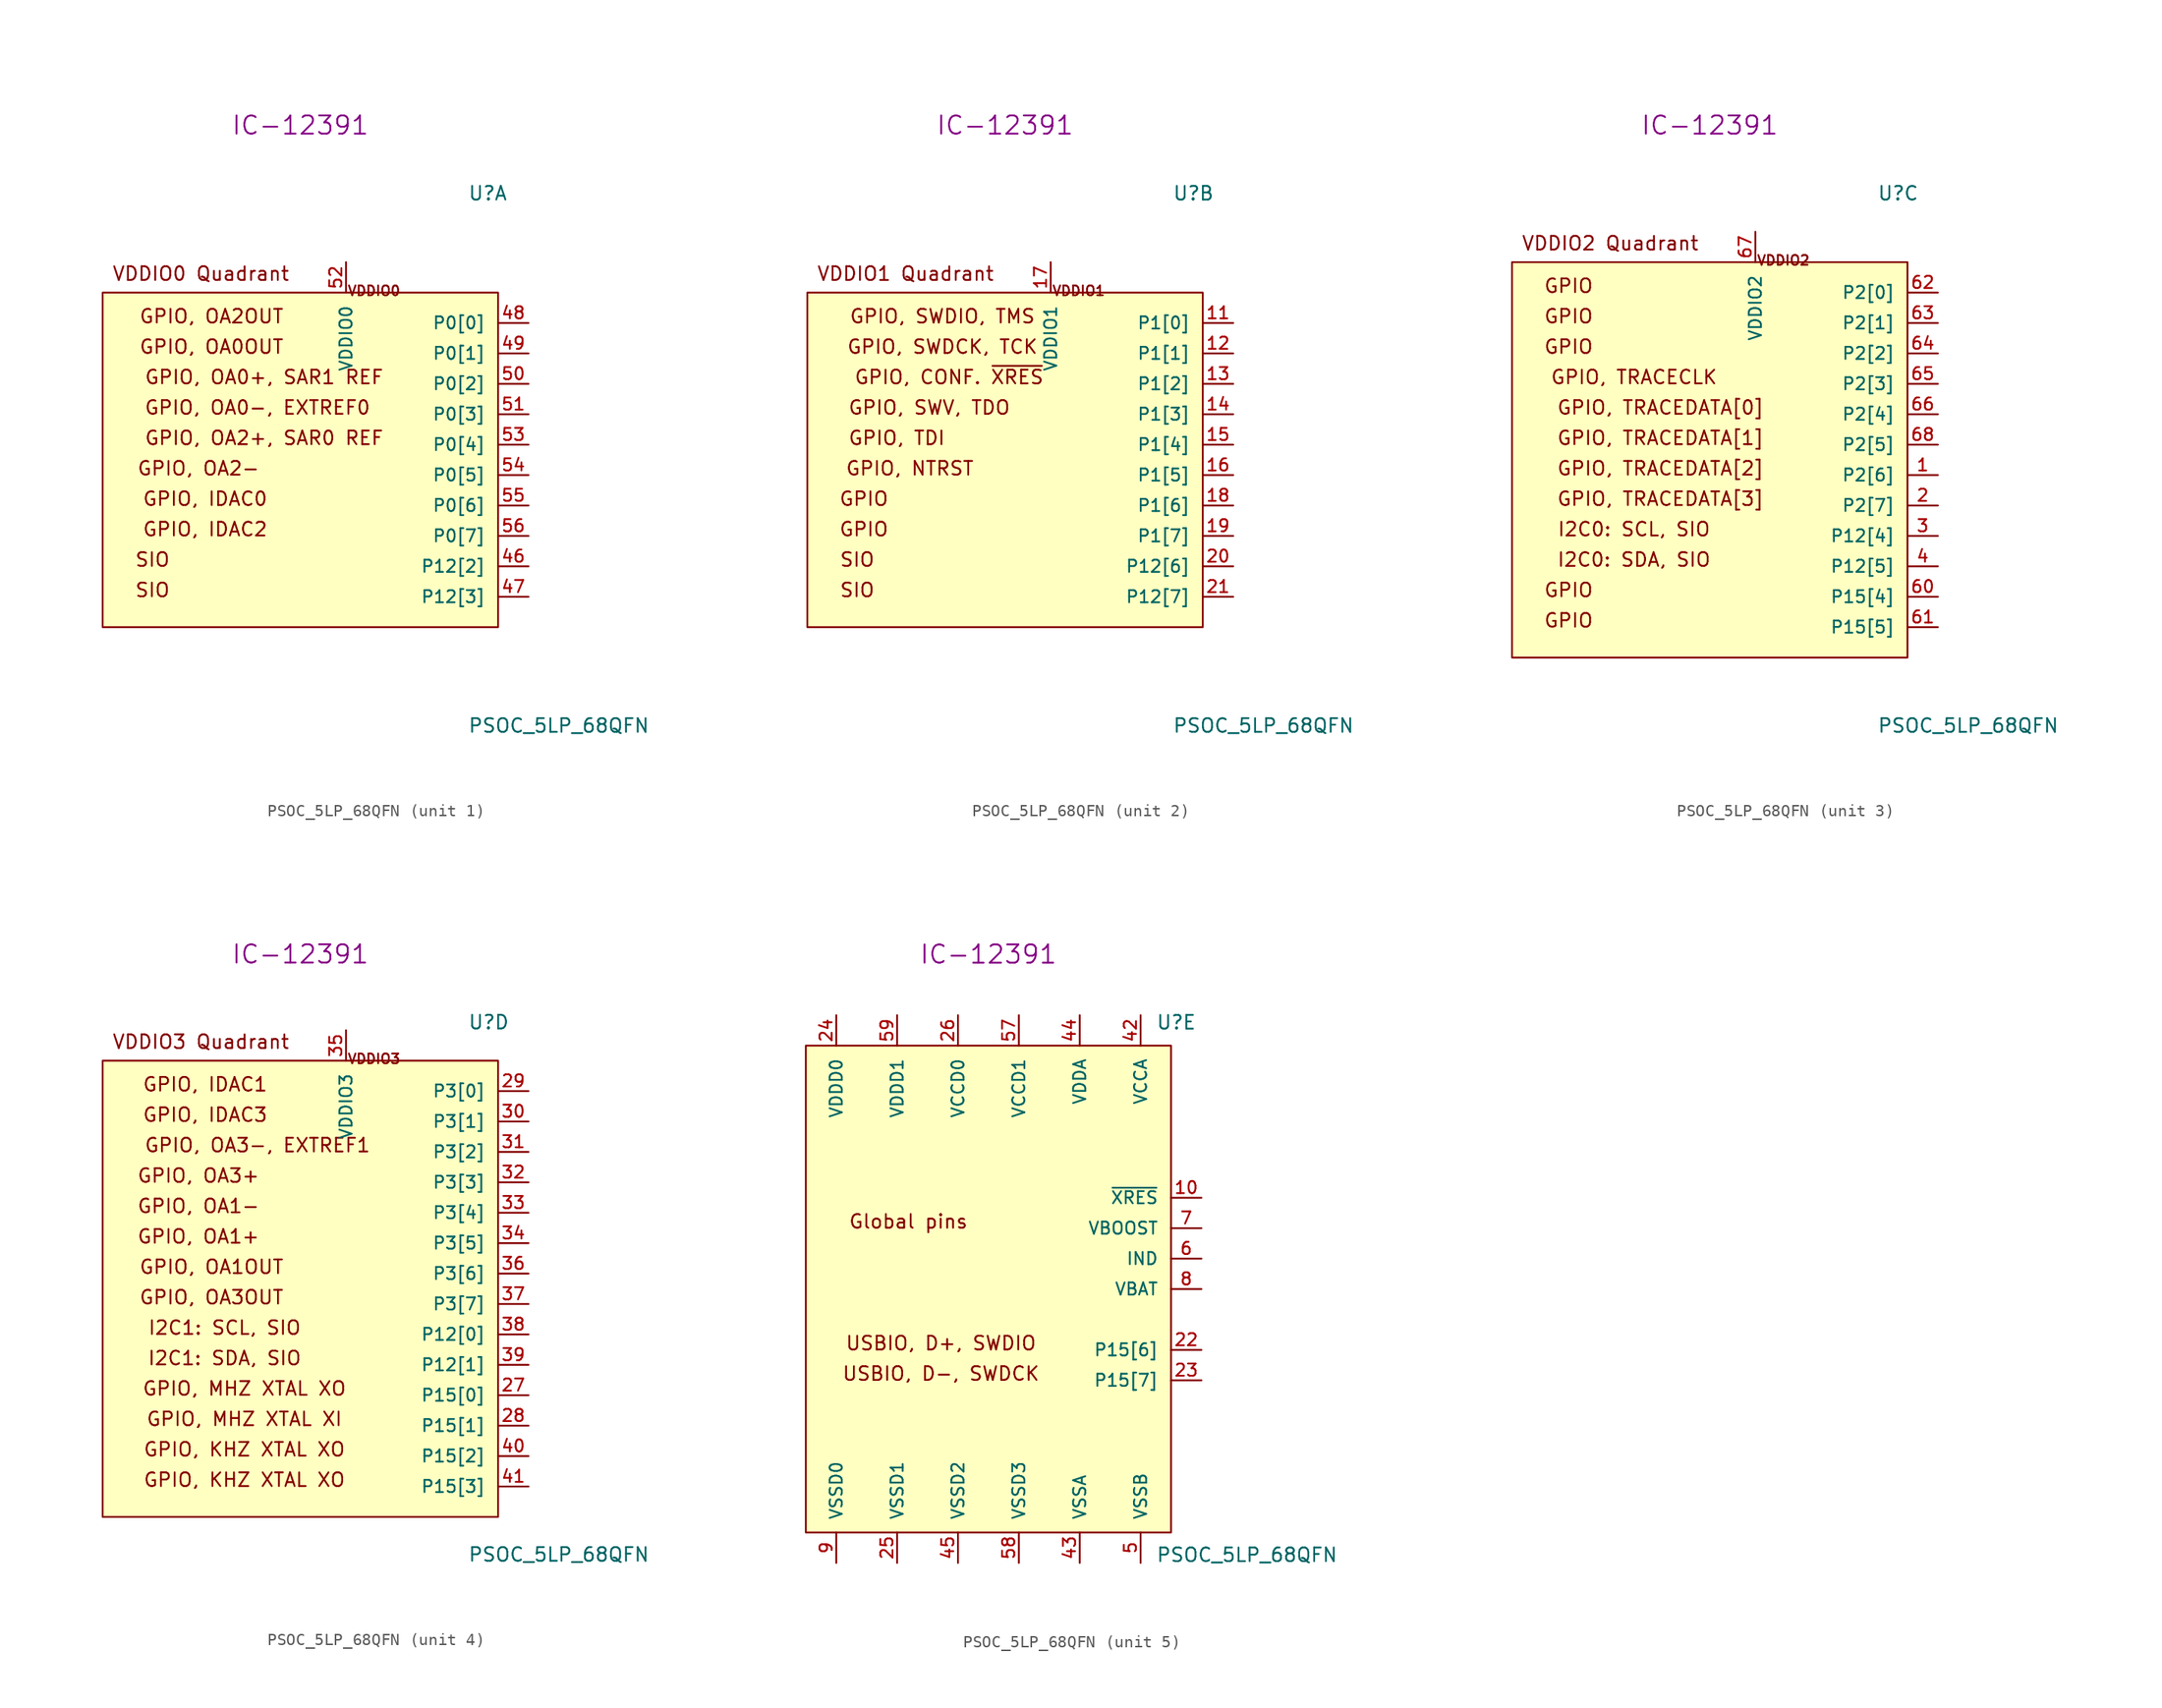
<source format=kicad_sym>
(kicad_symbol_lib
  (version 20201005)
  (generator kicad_symbol_editor)
  (symbol "PSOC_5LP_68QFN"
    (pin_names
      (offset 1.016))
    (property "Reference" "U"
      (at 13.97 21.59 0)
      (effects (font (size 1.143 1.143)) (justify left bottom)))
    (property "Value" "PSOC_5LP_68QFN"
      (at 13.97 -22.86 0)
      (effects (font (size 1.143 1.143)) (justify left bottom)))
    (property "Field4" "IC-12391"
      (at 0 27.94 0)
      (effects (font (size 1.524 1.524))))
    (property "ki_locked" ""
      (at 0 0 0)
      (effects (font (size 1.27 1.27))))
    (symbol "PSOC_5LP_68QFN_1_0"
      (text "GPIO, IDAC0" (at -7.95 -3.251 0) (effects (font (size 1.143 1.143))))
      (text "GPIO, IDAC2" (at -7.95 -5.791 0) (effects (font (size 1.143 1.143))))
      (text "GPIO, OA0+, SAR1 REF" (at -3.023 6.909 0) (effects (font (size 1.143 1.143))))
      (text "GPIO, OA0-, EXTREF0" (at -3.581 4.369 0) (effects (font (size 1.143 1.143))))
      (text "GPIO, OA0OUT" (at -7.417 9.449 0) (effects (font (size 1.143 1.143))))
      (text "GPIO, OA2+, SAR0 REF" (at -3.023 1.829 0) (effects (font (size 1.143 1.143))))
      (text "GPIO, OA2-" (at -8.509 -0.711 0) (effects (font (size 1.143 1.143))))
      (text "GPIO, OA2OUT" (at -7.417 11.989 0) (effects (font (size 1.143 1.143))))
      (text "SIO" (at -12.344 -10.871 0) (effects (font (size 1.143 1.143))))
      (text "SIO" (at -12.344 -8.331 0) (effects (font (size 1.143 1.143))))
      (text "VDDIO0" (at 6.147 14.122 0) (effects (font (size 0.813 0.813))))
      (text "VDDIO0 Quadrant" (at -8.306 15.545 0) (effects (font (size 1.143 1.143)))))
    (symbol "PSOC_5LP_68QFN_1_1"
      (polyline (pts (xy -16.51 -13.97) (xy -16.51 13.97) (xy 16.51 13.97) (xy 16.51 -13.97) (xy -16.51 -13.97)) (stroke (width 0)) (fill (type background)))
      (pin bidirectional line (at 19.05 6.35 180) (length 2.54) (name "P0[2]" (effects (font (size 1.016 1.016)))) (number "50" (effects (font (size 1.016 1.016)))))
      (pin bidirectional line (at 19.05 3.81 180) (length 2.54) (name "P0[3]" (effects (font (size 1.016 1.016)))) (number "51" (effects (font (size 1.016 1.016)))))
      (pin bidirectional line (at 3.81 16.51 270) (length 2.54) (name "VDDIO0" (effects (font (size 1.016 1.016)))) (number "52" (effects (font (size 1.016 1.016)))))
      (pin bidirectional line (at 19.05 1.27 180) (length 2.54) (name "P0[4]" (effects (font (size 1.016 1.016)))) (number "53" (effects (font (size 1.016 1.016)))))
      (pin bidirectional line (at 19.05 -1.27 180) (length 2.54) (name "P0[5]" (effects (font (size 1.016 1.016)))) (number "54" (effects (font (size 1.016 1.016)))))
      (pin bidirectional line (at 19.05 -3.81 180) (length 2.54) (name "P0[6]" (effects (font (size 1.016 1.016)))) (number "55" (effects (font (size 1.016 1.016)))))
      (pin bidirectional line (at 19.05 -8.89 180) (length 2.54) (name "P12[2]" (effects (font (size 1.016 1.016)))) (number "46" (effects (font (size 1.016 1.016)))))
      (pin bidirectional line (at 19.05 -6.35 180) (length 2.54) (name "P0[7]" (effects (font (size 1.016 1.016)))) (number "56" (effects (font (size 1.016 1.016)))))
      (pin bidirectional line (at 19.05 -11.43 180) (length 2.54) (name "P12[3]" (effects (font (size 1.016 1.016)))) (number "47" (effects (font (size 1.016 1.016)))))
      (pin bidirectional line (at 19.05 11.43 180) (length 2.54) (name "P0[0]" (effects (font (size 1.016 1.016)))) (number "48" (effects (font (size 1.016 1.016)))))
      (pin bidirectional line (at 19.05 8.89 180) (length 2.54) (name "P0[1]" (effects (font (size 1.016 1.016)))) (number "49" (effects (font (size 1.016 1.016))))))
    (symbol "PSOC_5LP_68QFN_2_0"
      (text "GPIO" (at -11.786 -5.791 0) (effects (font (size 1.143 1.143))))
      (text "GPIO" (at -11.786 -3.251 0) (effects (font (size 1.143 1.143))))
      (text "GPIO, CONF. ~XRES" (at -4.674 6.909 0) (effects (font (size 1.143 1.143))))
      (text "GPIO, NTRST" (at -7.95 -0.711 0) (effects (font (size 1.143 1.143))))
      (text "GPIO, SWDCK, TCK" (at -5.232 9.449 0) (effects (font (size 1.143 1.143))))
      (text "GPIO, SWDIO, TMS" (at -5.232 11.989 0) (effects (font (size 1.143 1.143))))
      (text "GPIO, SWV, TDO" (at -6.325 4.369 0) (effects (font (size 1.143 1.143))))
      (text "GPIO, TDI" (at -9.042 1.829 0) (effects (font (size 1.143 1.143))))
      (text "SIO" (at -12.344 -10.871 0) (effects (font (size 1.143 1.143))))
      (text "SIO" (at -12.344 -8.331 0) (effects (font (size 1.143 1.143))))
      (text "VDDIO1" (at 6.147 14.122 0) (effects (font (size 0.813 0.813))))
      (text "VDDIO1 Quadrant" (at -8.306 15.545 0) (effects (font (size 1.143 1.143)))))
    (symbol "PSOC_5LP_68QFN_2_1"
      (polyline (pts (xy -16.51 -13.97) (xy -16.51 13.97) (xy 16.51 13.97) (xy 16.51 -13.97) (xy -16.51 -13.97)) (stroke (width 0)) (fill (type background)))
      (pin bidirectional line (at 19.05 -8.89 180) (length 2.54) (name "P12[6]" (effects (font (size 1.016 1.016)))) (number "20" (effects (font (size 1.016 1.016)))))
      (pin bidirectional line (at 19.05 11.43 180) (length 2.54) (name "P1[0]" (effects (font (size 1.016 1.016)))) (number "11" (effects (font (size 1.016 1.016)))))
      (pin bidirectional line (at 19.05 -11.43 180) (length 2.54) (name "P12[7]" (effects (font (size 1.016 1.016)))) (number "21" (effects (font (size 1.016 1.016)))))
      (pin bidirectional line (at 19.05 8.89 180) (length 2.54) (name "P1[1]" (effects (font (size 1.016 1.016)))) (number "12" (effects (font (size 1.016 1.016)))))
      (pin bidirectional line (at 19.05 6.35 180) (length 2.54) (name "P1[2]" (effects (font (size 1.016 1.016)))) (number "13" (effects (font (size 1.016 1.016)))))
      (pin bidirectional line (at 19.05 3.81 180) (length 2.54) (name "P1[3]" (effects (font (size 1.016 1.016)))) (number "14" (effects (font (size 1.016 1.016)))))
      (pin bidirectional line (at 19.05 1.27 180) (length 2.54) (name "P1[4]" (effects (font (size 1.016 1.016)))) (number "15" (effects (font (size 1.016 1.016)))))
      (pin bidirectional line (at 19.05 -1.27 180) (length 2.54) (name "P1[5]" (effects (font (size 1.016 1.016)))) (number "16" (effects (font (size 1.016 1.016)))))
      (pin bidirectional line (at 3.81 16.51 270) (length 2.54) (name "VDDIO1" (effects (font (size 1.016 1.016)))) (number "17" (effects (font (size 1.016 1.016)))))
      (pin bidirectional line (at 19.05 -3.81 180) (length 2.54) (name "P1[6]" (effects (font (size 1.016 1.016)))) (number "18" (effects (font (size 1.016 1.016)))))
      (pin bidirectional line (at 19.05 -6.35 180) (length 2.54) (name "P1[7]" (effects (font (size 1.016 1.016)))) (number "19" (effects (font (size 1.016 1.016))))))
    (symbol "PSOC_5LP_68QFN_3_0"
      (text "GPIO" (at -11.786 -13.411 0) (effects (font (size 1.143 1.143))))
      (text "GPIO" (at -11.786 -10.871 0) (effects (font (size 1.143 1.143))))
      (text "GPIO" (at -11.786 9.449 0) (effects (font (size 1.143 1.143))))
      (text "GPIO" (at -11.786 11.989 0) (effects (font (size 1.143 1.143))))
      (text "GPIO" (at -11.786 14.529 0) (effects (font (size 1.143 1.143))))
      (text "GPIO, TRACECLK" (at -6.325 6.909 0) (effects (font (size 1.143 1.143))))
      (text "GPIO, TRACEDATA[0]" (at -4.115 4.369 0) (effects (font (size 1.143 1.143))))
      (text "GPIO, TRACEDATA[1]" (at -4.115 1.829 0) (effects (font (size 1.143 1.143))))
      (text "GPIO, TRACEDATA[2]" (at -4.115 -0.711 0) (effects (font (size 1.143 1.143))))
      (text "GPIO, TRACEDATA[3]" (at -4.115 -3.251 0) (effects (font (size 1.143 1.143))))
      (text "I2C0: SCL, SIO" (at -6.325 -5.791 0) (effects (font (size 1.143 1.143))))
      (text "I2C0: SDA, SIO" (at -6.325 -8.331 0) (effects (font (size 1.143 1.143))))
      (text "VDDIO2" (at 6.147 16.662 0) (effects (font (size 0.813 0.813))))
      (text "VDDIO2 Quadrant" (at -8.306 18.085 0) (effects (font (size 1.143 1.143)))))
    (symbol "PSOC_5LP_68QFN_3_1"
      (polyline (pts (xy -16.51 -16.51) (xy -16.51 16.51) (xy 16.51 16.51) (xy 16.51 -16.51) (xy -16.51 -16.51)) (stroke (width 0)) (fill (type background)))
      (pin bidirectional line (at 19.05 -1.27 180) (length 2.54) (name "P2[6]" (effects (font (size 1.016 1.016)))) (number "1" (effects (font (size 1.016 1.016)))))
      (pin bidirectional line (at 19.05 -3.81 180) (length 2.54) (name "P2[7]" (effects (font (size 1.016 1.016)))) (number "2" (effects (font (size 1.016 1.016)))))
      (pin bidirectional line (at 19.05 -6.35 180) (length 2.54) (name "P12[4]" (effects (font (size 1.016 1.016)))) (number "3" (effects (font (size 1.016 1.016)))))
      (pin bidirectional line (at 19.05 -8.89 180) (length 2.54) (name "P12[5]" (effects (font (size 1.016 1.016)))) (number "4" (effects (font (size 1.016 1.016)))))
      (pin bidirectional line (at 19.05 -11.43 180) (length 2.54) (name "P15[4]" (effects (font (size 1.016 1.016)))) (number "60" (effects (font (size 1.016 1.016)))))
      (pin bidirectional line (at 19.05 -13.97 180) (length 2.54) (name "P15[5]" (effects (font (size 1.016 1.016)))) (number "61" (effects (font (size 1.016 1.016)))))
      (pin bidirectional line (at 19.05 13.97 180) (length 2.54) (name "P2[0]" (effects (font (size 1.016 1.016)))) (number "62" (effects (font (size 1.016 1.016)))))
      (pin bidirectional line (at 19.05 11.43 180) (length 2.54) (name "P2[1]" (effects (font (size 1.016 1.016)))) (number "63" (effects (font (size 1.016 1.016)))))
      (pin bidirectional line (at 19.05 8.89 180) (length 2.54) (name "P2[2]" (effects (font (size 1.016 1.016)))) (number "64" (effects (font (size 1.016 1.016)))))
      (pin bidirectional line (at 19.05 6.35 180) (length 2.54) (name "P2[3]" (effects (font (size 1.016 1.016)))) (number "65" (effects (font (size 1.016 1.016)))))
      (pin bidirectional line (at 19.05 3.81 180) (length 2.54) (name "P2[4]" (effects (font (size 1.016 1.016)))) (number "66" (effects (font (size 1.016 1.016)))))
      (pin bidirectional line (at 3.81 19.05 270) (length 2.54) (name "VDDIO2" (effects (font (size 1.016 1.016)))) (number "67" (effects (font (size 1.016 1.016)))))
      (pin bidirectional line (at 19.05 1.27 180) (length 2.54) (name "P2[5]" (effects (font (size 1.016 1.016)))) (number "68" (effects (font (size 1.016 1.016))))))
    (symbol "PSOC_5LP_68QFN_4_0"
      (text "GPIO, IDAC1" (at -7.95 17.069 0) (effects (font (size 1.143 1.143))))
      (text "GPIO, IDAC3" (at -7.95 14.529 0) (effects (font (size 1.143 1.143))))
      (text "GPIO, KHZ XTAL XO" (at -4.674 -15.951 0) (effects (font (size 1.143 1.143))))
      (text "GPIO, KHZ XTAL XO" (at -4.674 -13.411 0) (effects (font (size 1.143 1.143))))
      (text "GPIO, MHZ XTAL XI" (at -4.674 -10.871 0) (effects (font (size 1.143 1.143))))
      (text "GPIO, MHZ XTAL XO" (at -4.674 -8.331 0) (effects (font (size 1.143 1.143))))
      (text "GPIO, OA1+" (at -8.509 4.369 0) (effects (font (size 1.143 1.143))))
      (text "GPIO, OA1-" (at -8.509 6.909 0) (effects (font (size 1.143 1.143))))
      (text "GPIO, OA1OUT" (at -7.417 1.829 0) (effects (font (size 1.143 1.143))))
      (text "GPIO, OA3+" (at -8.509 9.449 0) (effects (font (size 1.143 1.143))))
      (text "GPIO, OA3-, EXTREF1" (at -3.581 11.989 0) (effects (font (size 1.143 1.143))))
      (text "GPIO, OA3OUT" (at -7.417 -0.711 0) (effects (font (size 1.143 1.143))))
      (text "I2C1: SCL, SIO" (at -6.325 -3.251 0) (effects (font (size 1.143 1.143))))
      (text "I2C1: SDA, SIO" (at -6.325 -5.791 0) (effects (font (size 1.143 1.143))))
      (text "VDDIO3" (at 6.147 19.202 0) (effects (font (size 0.813 0.813))))
      (text "VDDIO3 Quadrant" (at -8.306 20.625 0) (effects (font (size 1.143 1.143)))))
    (symbol "PSOC_5LP_68QFN_4_1"
      (polyline (pts (xy -16.51 -19.05) (xy -16.51 19.05) (xy 16.51 19.05) (xy 16.51 -19.05) (xy -16.51 -19.05)) (stroke (width 0)) (fill (type background)))
      (pin bidirectional line (at 19.05 13.97 180) (length 2.54) (name "P3[1]" (effects (font (size 1.016 1.016)))) (number "30" (effects (font (size 1.016 1.016)))))
      (pin bidirectional line (at 19.05 -13.97 180) (length 2.54) (name "P15[2]" (effects (font (size 1.016 1.016)))) (number "40" (effects (font (size 1.016 1.016)))))
      (pin bidirectional line (at 19.05 11.43 180) (length 2.54) (name "P3[2]" (effects (font (size 1.016 1.016)))) (number "31" (effects (font (size 1.016 1.016)))))
      (pin bidirectional line (at 19.05 -16.51 180) (length 2.54) (name "P15[3]" (effects (font (size 1.016 1.016)))) (number "41" (effects (font (size 1.016 1.016)))))
      (pin bidirectional line (at 19.05 8.89 180) (length 2.54) (name "P3[3]" (effects (font (size 1.016 1.016)))) (number "32" (effects (font (size 1.016 1.016)))))
      (pin bidirectional line (at 19.05 6.35 180) (length 2.54) (name "P3[4]" (effects (font (size 1.016 1.016)))) (number "33" (effects (font (size 1.016 1.016)))))
      (pin bidirectional line (at 19.05 3.81 180) (length 2.54) (name "P3[5]" (effects (font (size 1.016 1.016)))) (number "34" (effects (font (size 1.016 1.016)))))
      (pin bidirectional line (at 3.81 21.59 270) (length 2.54) (name "VDDIO3" (effects (font (size 1.016 1.016)))) (number "35" (effects (font (size 1.016 1.016)))))
      (pin bidirectional line (at 19.05 1.27 180) (length 2.54) (name "P3[6]" (effects (font (size 1.016 1.016)))) (number "36" (effects (font (size 1.016 1.016)))))
      (pin bidirectional line (at 19.05 -8.89 180) (length 2.54) (name "P15[0]" (effects (font (size 1.016 1.016)))) (number "27" (effects (font (size 1.016 1.016)))))
      (pin bidirectional line (at 19.05 -1.27 180) (length 2.54) (name "P3[7]" (effects (font (size 1.016 1.016)))) (number "37" (effects (font (size 1.016 1.016)))))
      (pin bidirectional line (at 19.05 -11.43 180) (length 2.54) (name "P15[1]" (effects (font (size 1.016 1.016)))) (number "28" (effects (font (size 1.016 1.016)))))
      (pin bidirectional line (at 19.05 -3.81 180) (length 2.54) (name "P12[0]" (effects (font (size 1.016 1.016)))) (number "38" (effects (font (size 1.016 1.016)))))
      (pin bidirectional line (at 19.05 16.51 180) (length 2.54) (name "P3[0]" (effects (font (size 1.016 1.016)))) (number "29" (effects (font (size 1.016 1.016)))))
      (pin bidirectional line (at 19.05 -6.35 180) (length 2.54) (name "P12[1]" (effects (font (size 1.016 1.016)))) (number "39" (effects (font (size 1.016 1.016))))))
    (symbol "PSOC_5LP_68QFN_5_0"
      (text "Global pins" (at -6.68 5.639 0) (effects (font (size 1.143 1.143))))
      (text "USBIO, D+, SWDIO" (at -3.962 -4.521 0) (effects (font (size 1.143 1.143))))
      (text "USBIO, D-, SWDCK" (at -3.962 -7.061 0) (effects (font (size 1.143 1.143)))))
    (symbol "PSOC_5LP_68QFN_5_1"
      (polyline (pts (xy -15.24 -20.32) (xy -15.24 20.32) (xy 15.24 20.32) (xy 15.24 -20.32) (xy -15.24 -20.32)) (stroke (width 0)) (fill (type background)))
      (pin bidirectional line (at 12.7 -22.86 90) (length 2.54) (name "VSSB" (effects (font (size 1.016 1.016)))) (number "5" (effects (font (size 1.016 1.016)))))
      (pin bidirectional line (at 17.78 2.54 180) (length 2.54) (name "IND" (effects (font (size 1.016 1.016)))) (number "6" (effects (font (size 1.016 1.016)))))
      (pin bidirectional line (at 17.78 5.08 180) (length 2.54) (name "VBOOST" (effects (font (size 1.016 1.016)))) (number "7" (effects (font (size 1.016 1.016)))))
      (pin bidirectional line (at 17.78 0 180) (length 2.54) (name "VBAT" (effects (font (size 1.016 1.016)))) (number "8" (effects (font (size 1.016 1.016)))))
      (pin bidirectional line (at -12.7 -22.86 90) (length 2.54) (name "VSSD0" (effects (font (size 1.016 1.016)))) (number "9" (effects (font (size 1.016 1.016)))))
      (pin bidirectional line (at 17.78 7.62 180) (length 2.54) (name "~XRES" (effects (font (size 1.016 1.016)))) (number "10" (effects (font (size 1.016 1.016)))))
      (pin bidirectional line (at 17.78 -5.08 180) (length 2.54) (name "P15[6]" (effects (font (size 1.016 1.016)))) (number "22" (effects (font (size 1.016 1.016)))))
      (pin bidirectional line (at 12.7 22.86 270) (length 2.54) (name "VCCA" (effects (font (size 1.016 1.016)))) (number "42" (effects (font (size 1.016 1.016)))))
      (pin bidirectional line (at 17.78 -7.62 180) (length 2.54) (name "P15[7]" (effects (font (size 1.016 1.016)))) (number "23" (effects (font (size 1.016 1.016)))))
      (pin bidirectional line (at 7.62 -22.86 90) (length 2.54) (name "VSSA" (effects (font (size 1.016 1.016)))) (number "43" (effects (font (size 1.016 1.016)))))
      (pin bidirectional line (at -12.7 22.86 270) (length 2.54) (name "VDDD0" (effects (font (size 1.016 1.016)))) (number "24" (effects (font (size 1.016 1.016)))))
      (pin bidirectional line (at 7.62 22.86 270) (length 2.54) (name "VDDA" (effects (font (size 1.016 1.016)))) (number "44" (effects (font (size 1.016 1.016)))))
      (pin bidirectional line (at -7.62 -22.86 90) (length 2.54) (name "VSSD1" (effects (font (size 1.016 1.016)))) (number "25" (effects (font (size 1.016 1.016)))))
      (pin bidirectional line (at -2.54 -22.86 90) (length 2.54) (name "VSSD2" (effects (font (size 1.016 1.016)))) (number "45" (effects (font (size 1.016 1.016)))))
      (pin bidirectional line (at -2.54 22.86 270) (length 2.54) (name "VCCD0" (effects (font (size 1.016 1.016)))) (number "26" (effects (font (size 1.016 1.016)))))
      (pin bidirectional line (at 2.54 22.86 270) (length 2.54) (name "VCCD1" (effects (font (size 1.016 1.016)))) (number "57" (effects (font (size 1.016 1.016)))))
      (pin bidirectional line (at 2.54 -22.86 90) (length 2.54) (name "VSSD3" (effects (font (size 1.016 1.016)))) (number "58" (effects (font (size 1.016 1.016)))))
      (pin bidirectional line (at -7.62 22.86 270) (length 2.54) (name "VDDD1" (effects (font (size 1.016 1.016)))) (number "59" (effects (font (size 1.016 1.016)))))
      (pin bidirectional line (at -12.7 -22.86 90) (length 2.54) hide (name "VSSD0" (effects (font (size 1.016 1.016)))) (number "69" (effects (font (size 1.016 1.016))))))))
</source>
